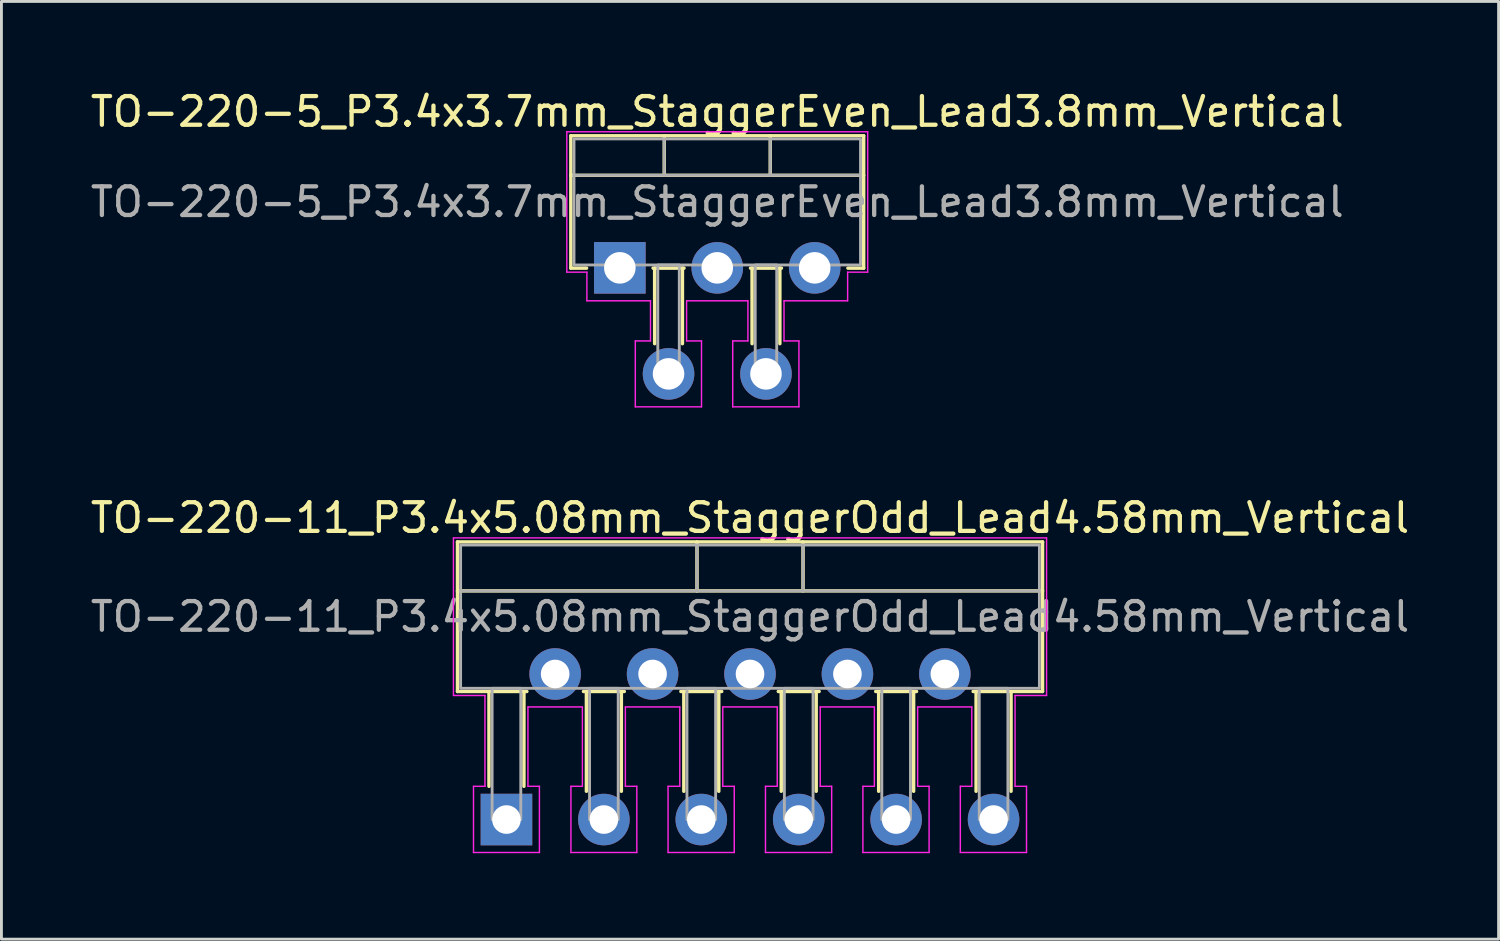
<source format=kicad_pcb>
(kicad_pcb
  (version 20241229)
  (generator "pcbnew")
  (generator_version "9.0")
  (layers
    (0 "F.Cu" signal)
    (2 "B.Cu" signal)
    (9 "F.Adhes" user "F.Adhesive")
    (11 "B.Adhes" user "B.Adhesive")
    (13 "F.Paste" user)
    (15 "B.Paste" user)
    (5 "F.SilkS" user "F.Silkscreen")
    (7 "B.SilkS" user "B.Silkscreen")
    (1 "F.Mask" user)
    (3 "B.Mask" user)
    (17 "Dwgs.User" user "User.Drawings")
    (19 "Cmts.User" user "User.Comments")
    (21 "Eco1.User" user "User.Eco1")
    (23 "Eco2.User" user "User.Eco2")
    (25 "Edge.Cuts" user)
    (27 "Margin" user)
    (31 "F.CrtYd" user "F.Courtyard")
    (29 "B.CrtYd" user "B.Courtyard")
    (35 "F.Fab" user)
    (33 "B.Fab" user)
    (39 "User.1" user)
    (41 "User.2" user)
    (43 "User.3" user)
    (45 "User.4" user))
  (footprint "TO-220-11_P3.4x5.08mm_StaggerOdd_Lead4.58mm_Vertical"
    (layer "F.Cu")
    (at 14.625 25.552)
    (property "Reference" "TO-220-11_P3.4x5.08mm_StaggerOdd_Lead4.58mm_Vertical" (at 8.5 -10.53 0) (layer "F.SilkS") (effects (font (size 1 1) (thickness 0.15))))
    (attr through_hole)
    (fp_line (start -1.71 -9.69) (end -1.71 -4.47) (stroke (width 0.12) (type solid)) (layer "F.SilkS"))
    (fp_line (start -1.71 -9.69) (end 18.71 -9.69) (stroke (width 0.12) (type solid)) (layer "F.SilkS"))
    (fp_line (start -1.71 -7.98) (end 18.71 -7.98) (stroke (width 0.12) (type solid)) (layer "F.SilkS"))
    (fp_line (start -1.71 -4.47) (end 0.713 -4.47) (stroke (width 0.12) (type solid)) (layer "F.SilkS"))
    (fp_line (start -0.61 -4.47) (end -0.61 -1.16) (stroke (width 0.12) (type solid)) (layer "F.SilkS"))
    (fp_line (start 0.61 -4.47) (end 0.61 -1.16) (stroke (width 0.12) (type solid)) (layer "F.SilkS"))
    (fp_line (start 2.687 -4.47) (end 4.113 -4.47) (stroke (width 0.12) (type solid)) (layer "F.SilkS"))
    (fp_line (start 2.79 -4.47) (end 2.79 -0.987) (stroke (width 0.12) (type solid)) (layer "F.SilkS"))
    (fp_line (start 4.01 -4.47) (end 4.01 -0.987) (stroke (width 0.12) (type solid)) (layer "F.SilkS"))
    (fp_line (start 6.087 -4.47) (end 7.513 -4.47) (stroke (width 0.12) (type solid)) (layer "F.SilkS"))
    (fp_line (start 6.19 -4.47) (end 6.19 -0.987) (stroke (width 0.12) (type solid)) (layer "F.SilkS"))
    (fp_line (start 6.65 -9.69) (end 6.65 -7.98) (stroke (width 0.12) (type solid)) (layer "F.SilkS"))
    (fp_line (start 7.41 -4.47) (end 7.41 -0.987) (stroke (width 0.12) (type solid)) (layer "F.SilkS"))
    (fp_line (start 9.487 -4.47) (end 10.913 -4.47) (stroke (width 0.12) (type solid)) (layer "F.SilkS"))
    (fp_line (start 9.59 -4.47) (end 9.59 -0.987) (stroke (width 0.12) (type solid)) (layer "F.SilkS"))
    (fp_line (start 10.35 -9.69) (end 10.35 -7.98) (stroke (width 0.12) (type solid)) (layer "F.SilkS"))
    (fp_line (start 10.81 -4.47) (end 10.81 -0.987) (stroke (width 0.12) (type solid)) (layer "F.SilkS"))
    (fp_line (start 12.887 -4.47) (end 14.313 -4.47) (stroke (width 0.12) (type solid)) (layer "F.SilkS"))
    (fp_line (start 12.99 -4.47) (end 12.99 -0.987) (stroke (width 0.12) (type solid)) (layer "F.SilkS"))
    (fp_line (start 14.21 -4.47) (end 14.21 -0.987) (stroke (width 0.12) (type solid)) (layer "F.SilkS"))
    (fp_line (start 16.287 -4.47) (end 18.71 -4.47) (stroke (width 0.12) (type solid)) (layer "F.SilkS"))
    (fp_line (start 16.39 -4.47) (end 16.39 -0.987) (stroke (width 0.12) (type solid)) (layer "F.SilkS"))
    (fp_line (start 17.61 -4.47) (end 17.61 -0.987) (stroke (width 0.12) (type solid)) (layer "F.SilkS"))
    (fp_line (start 18.71 -9.69) (end 18.71 -4.47) (stroke (width 0.12) (type solid)) (layer "F.SilkS"))
    (fp_line (start -1.85 -9.83) (end 18.85 -9.83) (stroke (width 0.05) (type solid)) (layer "F.CrtYd"))
    (fp_line (start -1.85 -4.33) (end -1.85 -9.83) (stroke (width 0.05) (type solid)) (layer "F.CrtYd"))
    (fp_line (start -1.15 -1.16) (end -0.75 -1.16) (stroke (width 0.05) (type solid)) (layer "F.CrtYd"))
    (fp_line (start -1.15 1.15) (end -1.15 -1.16) (stroke (width 0.05) (type solid)) (layer "F.CrtYd"))
    (fp_line (start -0.75 -4.33) (end -1.85 -4.33) (stroke (width 0.05) (type solid)) (layer "F.CrtYd"))
    (fp_line (start -0.75 -1.16) (end -0.75 -4.33) (stroke (width 0.05) (type solid)) (layer "F.CrtYd"))
    (fp_line (start 0.75 -3.93) (end 0.75 -1.16) (stroke (width 0.05) (type solid)) (layer "F.CrtYd"))
    (fp_line (start 0.75 -1.16) (end 1.15 -1.16) (stroke (width 0.05) (type solid)) (layer "F.CrtYd"))
    (fp_line (start 1.15 -1.16) (end 1.15 1.15) (stroke (width 0.05) (type solid)) (layer "F.CrtYd"))
    (fp_line (start 1.15 1.15) (end -1.15 1.15) (stroke (width 0.05) (type solid)) (layer "F.CrtYd"))
    (fp_line (start 2.25 -1.16) (end 2.65 -1.16) (stroke (width 0.05) (type solid)) (layer "F.CrtYd"))
    (fp_line (start 2.25 1.15) (end 2.25 -1.16) (stroke (width 0.05) (type solid)) (layer "F.CrtYd"))
    (fp_line (start 2.65 -3.93) (end 0.75 -3.93) (stroke (width 0.05) (type solid)) (layer "F.CrtYd"))
    (fp_line (start 2.65 -1.16) (end 2.65 -3.93) (stroke (width 0.05) (type solid)) (layer "F.CrtYd"))
    (fp_line (start 4.15 -3.93) (end 4.15 -1.16) (stroke (width 0.05) (type solid)) (layer "F.CrtYd"))
    (fp_line (start 4.15 -1.16) (end 4.55 -1.16) (stroke (width 0.05) (type solid)) (layer "F.CrtYd"))
    (fp_line (start 4.55 -1.16) (end 4.55 1.15) (stroke (width 0.05) (type solid)) (layer "F.CrtYd"))
    (fp_line (start 4.55 1.15) (end 2.25 1.15) (stroke (width 0.05) (type solid)) (layer "F.CrtYd"))
    (fp_line (start 5.64 -1.16) (end 6.05 -1.16) (stroke (width 0.05) (type solid)) (layer "F.CrtYd"))
    (fp_line (start 5.64 1.15) (end 5.64 -1.16) (stroke (width 0.05) (type solid)) (layer "F.CrtYd"))
    (fp_line (start 6.05 -3.93) (end 4.15 -3.93) (stroke (width 0.05) (type solid)) (layer "F.CrtYd"))
    (fp_line (start 6.05 -1.16) (end 6.05 -3.93) (stroke (width 0.05) (type solid)) (layer "F.CrtYd"))
    (fp_line (start 7.55 -3.93) (end 7.55 -1.16) (stroke (width 0.05) (type solid)) (layer "F.CrtYd"))
    (fp_line (start 7.55 -1.16) (end 7.95 -1.16) (stroke (width 0.05) (type solid)) (layer "F.CrtYd"))
    (fp_line (start 7.95 -1.16) (end 7.95 1.15) (stroke (width 0.05) (type solid)) (layer "F.CrtYd"))
    (fp_line (start 7.95 1.15) (end 5.64 1.15) (stroke (width 0.05) (type solid)) (layer "F.CrtYd"))
    (fp_line (start 9.04 -1.16) (end 9.45 -1.16) (stroke (width 0.05) (type solid)) (layer "F.CrtYd"))
    (fp_line (start 9.04 1.15) (end 9.04 -1.16) (stroke (width 0.05) (type solid)) (layer "F.CrtYd"))
    (fp_line (start 9.45 -3.93) (end 7.55 -3.93) (stroke (width 0.05) (type solid)) (layer "F.CrtYd"))
    (fp_line (start 9.45 -1.16) (end 9.45 -3.93) (stroke (width 0.05) (type solid)) (layer "F.CrtYd"))
    (fp_line (start 10.95 -3.93) (end 10.95 -1.16) (stroke (width 0.05) (type solid)) (layer "F.CrtYd"))
    (fp_line (start 10.95 -1.16) (end 11.35 -1.16) (stroke (width 0.05) (type solid)) (layer "F.CrtYd"))
    (fp_line (start 11.35 -1.16) (end 11.35 1.15) (stroke (width 0.05) (type solid)) (layer "F.CrtYd"))
    (fp_line (start 11.35 1.15) (end 9.04 1.15) (stroke (width 0.05) (type solid)) (layer "F.CrtYd"))
    (fp_line (start 12.44 -1.16) (end 12.84 -1.16) (stroke (width 0.05) (type solid)) (layer "F.CrtYd"))
    (fp_line (start 12.44 1.15) (end 12.44 -1.16) (stroke (width 0.05) (type solid)) (layer "F.CrtYd"))
    (fp_line (start 12.84 -3.93) (end 10.95 -3.93) (stroke (width 0.05) (type solid)) (layer "F.CrtYd"))
    (fp_line (start 12.84 -1.16) (end 12.84 -3.93) (stroke (width 0.05) (type solid)) (layer "F.CrtYd"))
    (fp_line (start 14.35 -3.93) (end 14.35 -1.16) (stroke (width 0.05) (type solid)) (layer "F.CrtYd"))
    (fp_line (start 14.35 -1.16) (end 14.75 -1.16) (stroke (width 0.05) (type solid)) (layer "F.CrtYd"))
    (fp_line (start 14.75 -1.16) (end 14.75 1.15) (stroke (width 0.05) (type solid)) (layer "F.CrtYd"))
    (fp_line (start 14.75 1.15) (end 12.44 1.15) (stroke (width 0.05) (type solid)) (layer "F.CrtYd"))
    (fp_line (start 15.84 -1.16) (end 16.24 -1.16) (stroke (width 0.05) (type solid)) (layer "F.CrtYd"))
    (fp_line (start 15.84 1.15) (end 15.84 -1.16) (stroke (width 0.05) (type solid)) (layer "F.CrtYd"))
    (fp_line (start 16.24 -3.93) (end 14.35 -3.93) (stroke (width 0.05) (type solid)) (layer "F.CrtYd"))
    (fp_line (start 16.24 -1.16) (end 16.24 -3.93) (stroke (width 0.05) (type solid)) (layer "F.CrtYd"))
    (fp_line (start 17.75 -4.33) (end 17.75 -1.16) (stroke (width 0.05) (type solid)) (layer "F.CrtYd"))
    (fp_line (start 17.75 -1.16) (end 18.15 -1.16) (stroke (width 0.05) (type solid)) (layer "F.CrtYd"))
    (fp_line (start 18.15 -1.16) (end 18.15 1.15) (stroke (width 0.05) (type solid)) (layer "F.CrtYd"))
    (fp_line (start 18.15 1.15) (end 15.84 1.15) (stroke (width 0.05) (type solid)) (layer "F.CrtYd"))
    (fp_line (start 18.85 -9.83) (end 18.85 -4.33) (stroke (width 0.05) (type solid)) (layer "F.CrtYd"))
    (fp_line (start 18.85 -4.33) (end 17.75 -4.33) (stroke (width 0.05) (type solid)) (layer "F.CrtYd"))
    (fp_line (start -1.6 -7.98) (end 18.6 -7.98) (stroke (width 0.1) (type solid)) (layer "F.Fab"))
    (fp_line (start 6.65 -9.58) (end 6.65 -7.98) (stroke (width 0.1) (type solid)) (layer "F.Fab"))
    (fp_line (start 10.35 -9.58) (end 10.35 -7.98) (stroke (width 0.1) (type solid)) (layer "F.Fab"))
    (fp_rect (start -1.6 -9.58) (end 18.6 -4.58) (stroke (width 0.1) (type solid)) (fill no) (layer "F.Fab"))
    (fp_rect (start -0.5 -4.58) (end 0.5 0) (stroke (width 0.1) (type solid)) (fill no) (layer "F.Fab"))
    (fp_rect (start 2.9 -4.58) (end 3.9 0) (stroke (width 0.1) (type solid)) (fill no) (layer "F.Fab"))
    (fp_rect (start 6.3 -4.58) (end 7.3 0) (stroke (width 0.1) (type solid)) (fill no) (layer "F.Fab"))
    (fp_rect (start 9.7 -4.58) (end 10.7 0) (stroke (width 0.1) (type solid)) (fill no) (layer "F.Fab"))
    (fp_rect (start 13.1 -4.58) (end 14.1 0) (stroke (width 0.1) (type solid)) (fill no) (layer "F.Fab"))
    (fp_rect (start 16.5 -4.58) (end 17.5 0) (stroke (width 0.1) (type solid)) (fill no) (layer "F.Fab"))
    (fp_text user "${REFERENCE}" (at 8.5 -7.08 0) (layer "F.Fab") (effects (font (size 1 1) (thickness 0.15))))
    (pad "1" thru_hole rect (at 0 0) (size 1.8 1.8) (drill 1) (layers "*.Cu" "*.Mask"))
    (pad "2" thru_hole circle (at 1.7 -5.08) (size 1.8 1.8) (drill 1) (layers "*.Cu" "*.Mask"))
    (pad "3" thru_hole circle (at 3.4 0) (size 1.8 1.8) (drill 1) (layers "*.Cu" "*.Mask"))
    (pad "4" thru_hole circle (at 5.1 -5.08) (size 1.8 1.8) (drill 1) (layers "*.Cu" "*.Mask"))
    (pad "5" thru_hole circle (at 6.8 0) (size 1.8 1.8) (drill 1) (layers "*.Cu" "*.Mask"))
    (pad "6" thru_hole circle (at 8.5 -5.08) (size 1.8 1.8) (drill 1) (layers "*.Cu" "*.Mask"))
    (pad "7" thru_hole circle (at 10.2 0) (size 1.8 1.8) (drill 1) (layers "*.Cu" "*.Mask"))
    (pad "8" thru_hole circle (at 11.9 -5.08) (size 1.8 1.8) (drill 1) (layers "*.Cu" "*.Mask"))
    (pad "9" thru_hole circle (at 13.6 0) (size 1.8 1.8) (drill 1) (layers "*.Cu" "*.Mask"))
    (pad "10" thru_hole circle (at 15.3 -5.08) (size 1.8 1.8) (drill 1) (layers "*.Cu" "*.Mask"))
    (pad "11" thru_hole circle (at 17 0) (size 1.8 1.8) (drill 1) (layers "*.Cu" "*.Mask")))
  (footprint "TO-220-5_P3.4x3.7mm_StaggerEven_Lead3.8mm_Vertical"
    (layer "F.Cu")
    (at 18.582 6.298)
    (property "Reference" "TO-220-5_P3.4x3.7mm_StaggerEven_Lead3.8mm_Vertical" (at 3.4 -5.45 0) (layer "F.SilkS") (effects (font (size 1 1) (thickness 0.15))))
    (attr through_hole)
    (fp_line (start -1.71 -4.61) (end -1.71 0.01) (stroke (width 0.12) (type solid)) (layer "F.SilkS"))
    (fp_line (start -1.71 -4.61) (end 8.51 -4.61) (stroke (width 0.12) (type solid)) (layer "F.SilkS"))
    (fp_line (start -1.71 -3.23) (end 8.51 -3.23) (stroke (width 0.12) (type solid)) (layer "F.SilkS"))
    (fp_line (start -1.71 0.01) (end -1.16 0.01) (stroke (width 0.12) (type solid)) (layer "F.SilkS"))
    (fp_line (start 1.16 0.01) (end 2.24 0.01) (stroke (width 0.12) (type solid)) (layer "F.SilkS"))
    (fp_line (start 1.215 0.01) (end 1.215 2.646) (stroke (width 0.12) (type solid)) (layer "F.SilkS"))
    (fp_line (start 1.55 -4.61) (end 1.55 -3.23) (stroke (width 0.12) (type solid)) (layer "F.SilkS"))
    (fp_line (start 2.185 0.01) (end 2.185 2.646) (stroke (width 0.12) (type solid)) (layer "F.SilkS"))
    (fp_line (start 4.56 0.01) (end 5.64 0.01) (stroke (width 0.12) (type solid)) (layer "F.SilkS"))
    (fp_line (start 4.615 0.01) (end 4.615 2.646) (stroke (width 0.12) (type solid)) (layer "F.SilkS"))
    (fp_line (start 5.25 -4.61) (end 5.25 -3.23) (stroke (width 0.12) (type solid)) (layer "F.SilkS"))
    (fp_line (start 5.585 0.01) (end 5.585 2.646) (stroke (width 0.12) (type solid)) (layer "F.SilkS"))
    (fp_line (start 7.96 0.01) (end 8.51 0.01) (stroke (width 0.12) (type solid)) (layer "F.SilkS"))
    (fp_line (start 8.51 -4.61) (end 8.51 0.01) (stroke (width 0.12) (type solid)) (layer "F.SilkS"))
    (fp_line (start -1.85 -4.75) (end 8.65 -4.75) (stroke (width 0.05) (type solid)) (layer "F.CrtYd"))
    (fp_line (start -1.85 0.15) (end -1.85 -4.75) (stroke (width 0.05) (type solid)) (layer "F.CrtYd"))
    (fp_line (start -1.15 0.15) (end -1.85 0.15) (stroke (width 0.05) (type solid)) (layer "F.CrtYd"))
    (fp_line (start -1.15 1.15) (end -1.15 0.15) (stroke (width 0.05) (type solid)) (layer "F.CrtYd"))
    (fp_line (start 0.54 2.55) (end 1.07 2.55) (stroke (width 0.05) (type solid)) (layer "F.CrtYd"))
    (fp_line (start 0.54 4.85) (end 0.54 2.55) (stroke (width 0.05) (type solid)) (layer "F.CrtYd"))
    (fp_line (start 1.07 1.15) (end -1.15 1.15) (stroke (width 0.05) (type solid)) (layer "F.CrtYd"))
    (fp_line (start 1.07 2.55) (end 1.07 1.15) (stroke (width 0.05) (type solid)) (layer "F.CrtYd"))
    (fp_line (start 2.33 1.15) (end 2.33 2.55) (stroke (width 0.05) (type solid)) (layer "F.CrtYd"))
    (fp_line (start 2.33 2.55) (end 2.85 2.55) (stroke (width 0.05) (type solid)) (layer "F.CrtYd"))
    (fp_line (start 2.85 2.55) (end 2.85 4.85) (stroke (width 0.05) (type solid)) (layer "F.CrtYd"))
    (fp_line (start 2.85 4.85) (end 0.54 4.85) (stroke (width 0.05) (type solid)) (layer "F.CrtYd"))
    (fp_line (start 3.94 2.55) (end 4.47 2.55) (stroke (width 0.05) (type solid)) (layer "F.CrtYd"))
    (fp_line (start 3.94 4.85) (end 3.94 2.55) (stroke (width 0.05) (type solid)) (layer "F.CrtYd"))
    (fp_line (start 4.47 1.15) (end 2.33 1.15) (stroke (width 0.05) (type solid)) (layer "F.CrtYd"))
    (fp_line (start 4.47 2.55) (end 4.47 1.15) (stroke (width 0.05) (type solid)) (layer "F.CrtYd"))
    (fp_line (start 5.73 1.15) (end 5.73 2.55) (stroke (width 0.05) (type solid)) (layer "F.CrtYd"))
    (fp_line (start 5.73 2.55) (end 6.25 2.55) (stroke (width 0.05) (type solid)) (layer "F.CrtYd"))
    (fp_line (start 6.25 2.55) (end 6.25 4.85) (stroke (width 0.05) (type solid)) (layer "F.CrtYd"))
    (fp_line (start 6.25 4.85) (end 3.94 4.85) (stroke (width 0.05) (type solid)) (layer "F.CrtYd"))
    (fp_line (start 7.95 0.15) (end 7.95 1.15) (stroke (width 0.05) (type solid)) (layer "F.CrtYd"))
    (fp_line (start 7.95 1.15) (end 5.73 1.15) (stroke (width 0.05) (type solid)) (layer "F.CrtYd"))
    (fp_line (start 8.65 -4.75) (end 8.65 0.15) (stroke (width 0.05) (type solid)) (layer "F.CrtYd"))
    (fp_line (start 8.65 0.15) (end 7.95 0.15) (stroke (width 0.05) (type solid)) (layer "F.CrtYd"))
    (fp_line (start -1.6 -3.23) (end 8.4 -3.23) (stroke (width 0.1) (type solid)) (layer "F.Fab"))
    (fp_line (start 1.55 -4.5) (end 1.55 -3.23) (stroke (width 0.1) (type solid)) (layer "F.Fab"))
    (fp_line (start 5.25 -4.5) (end 5.25 -3.23) (stroke (width 0.1) (type solid)) (layer "F.Fab"))
    (fp_rect (start -1.6 -4.5) (end 8.4 -0.1) (stroke (width 0.1) (type solid)) (fill no) (layer "F.Fab"))
    (fp_rect (start -0.375 -0.1) (end 0.375 0) (stroke (width 0.1) (type solid)) (fill no) (layer "F.Fab"))
    (fp_rect (start 1.325 -0.1) (end 2.075 3.7) (stroke (width 0.1) (type solid)) (fill no) (layer "F.Fab"))
    (fp_rect (start 3.025 -0.1) (end 3.775 0) (stroke (width 0.1) (type solid)) (fill no) (layer "F.Fab"))
    (fp_rect (start 4.725 -0.1) (end 5.475 3.7) (stroke (width 0.1) (type solid)) (fill no) (layer "F.Fab"))
    (fp_rect (start 6.425 -0.1) (end 7.175 0) (stroke (width 0.1) (type solid)) (fill no) (layer "F.Fab"))
    (fp_text user "${REFERENCE}" (at 3.4 -2.3 0) (layer "F.Fab") (effects (font (size 1 1) (thickness 0.15))))
    (pad "1" thru_hole rect (at 0 0) (size 1.8 1.8) (drill 1.1) (layers "*.Cu" "*.Mask"))
    (pad "2" thru_hole circle (at 1.7 3.7) (size 1.8 1.8) (drill 1.1) (layers "*.Cu" "*.Mask"))
    (pad "3" thru_hole circle (at 3.4 0) (size 1.8 1.8) (drill 1.1) (layers "*.Cu" "*.Mask"))
    (pad "4" thru_hole circle (at 5.1 3.7) (size 1.8 1.8) (drill 1.1) (layers "*.Cu" "*.Mask"))
    (pad "5" thru_hole circle (at 6.8 0) (size 1.8 1.8) (drill 1.1) (layers "*.Cu" "*.Mask")))
  (gr_rect
    (start -3 -3)
    (end 49.25 29.727)
    (stroke (width 0.1) (type default))
    (fill no)
    (layer "Edge.Cuts")))
</source>
